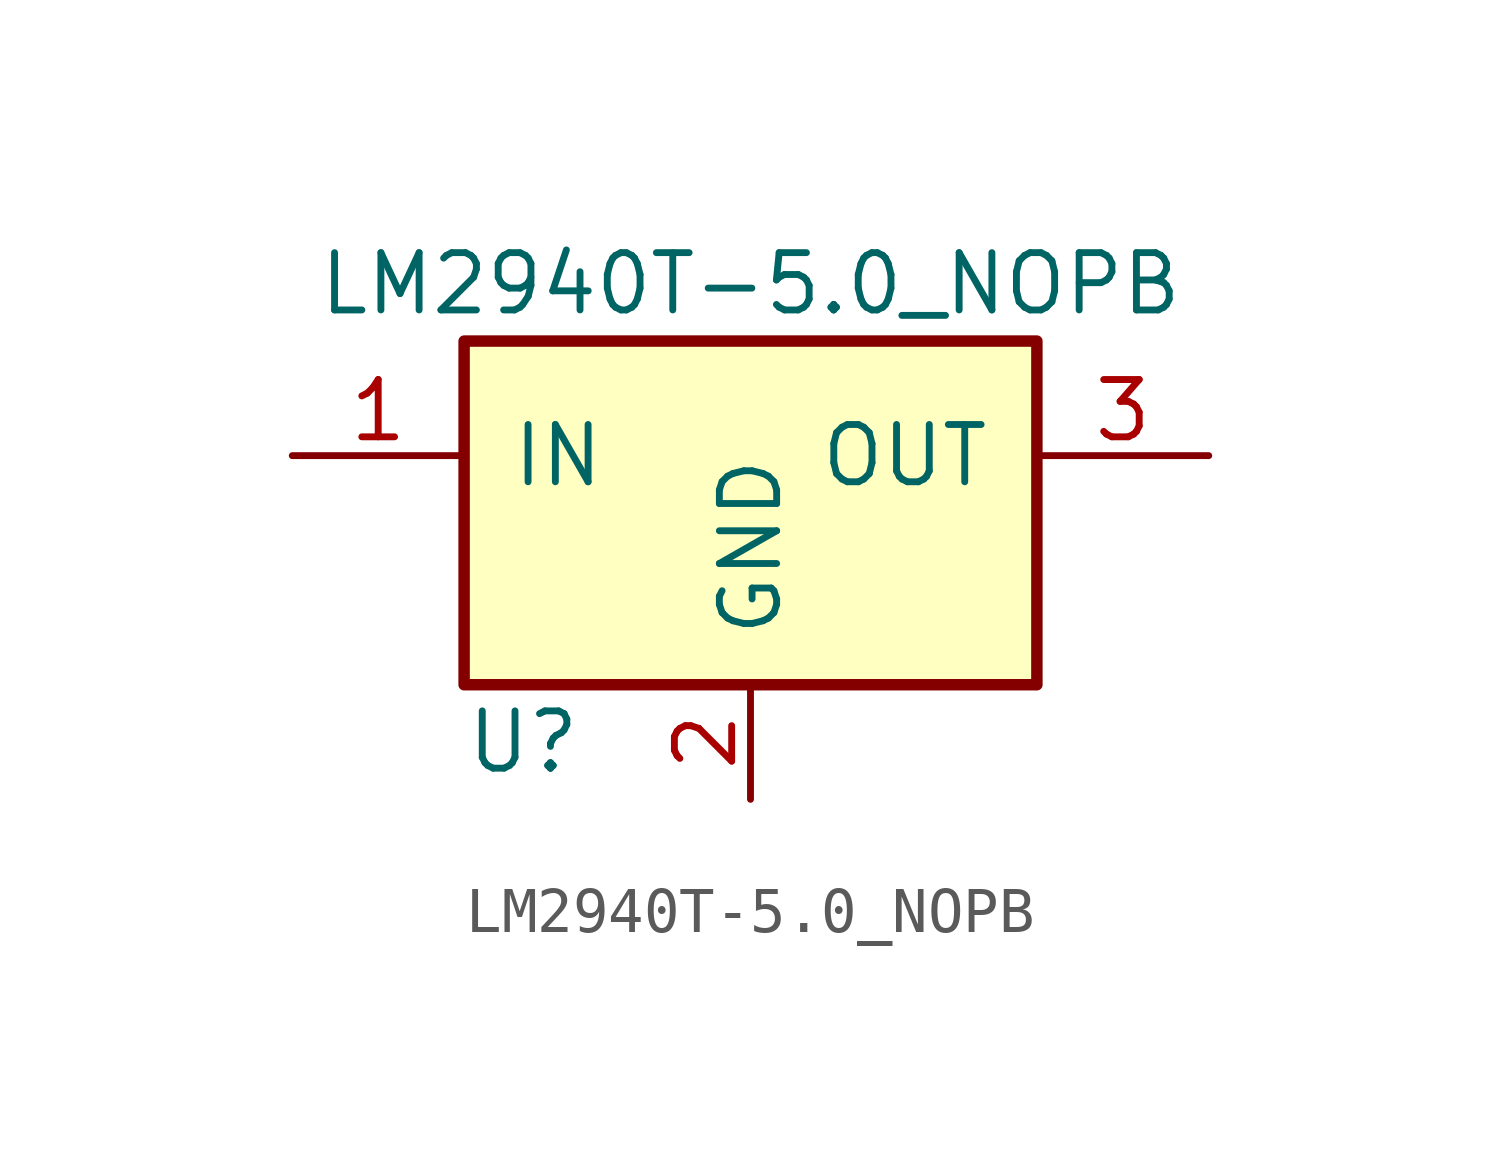
<source format=kicad_sym>
(kicad_symbol_lib
  (version 20211014)
  (generator kicad_symbol_editor)
  (symbol "LM2940T-5.0_NOPB"
    (pin_names
      (offset 1.016))
    (property "Reference" "U"
      (at -6.35 -5.08 0)
      (effects (font (size 1.27 1.27)) (justify left)))
    (property "Value" "LM2940T-5.0_NOPB"
      (at 0 5.08 0)
      (effects (font (size 1.27 1.27))))
    (symbol "LM2940T-5.0_NOPB_0_1"
      (rectangle (start -6.35 3.81) (end 6.35 -3.81) (stroke (width 0.254) (type default) (color 0 0 0 0)) (fill (type background))))
    (symbol "LM2940T-5.0_NOPB_1_1"
      (pin input line (at -10.16 1.27 0) (length 3.81) (name "IN" (effects (font (size 1.27 1.27)))) (number "1" (effects (font (size 1.27 1.27)))))
      (pin power_in line (at 0 -6.35 90) (length 2.54) (name "GND" (effects (font (size 1.27 1.27)))) (number "2" (effects (font (size 1.27 1.27)))))
      (pin power_out line (at 10.16 1.27 180) (length 3.81) (name "OUT" (effects (font (size 1.27 1.27)))) (number "3" (effects (font (size 1.27 1.27))))))))
</source>
